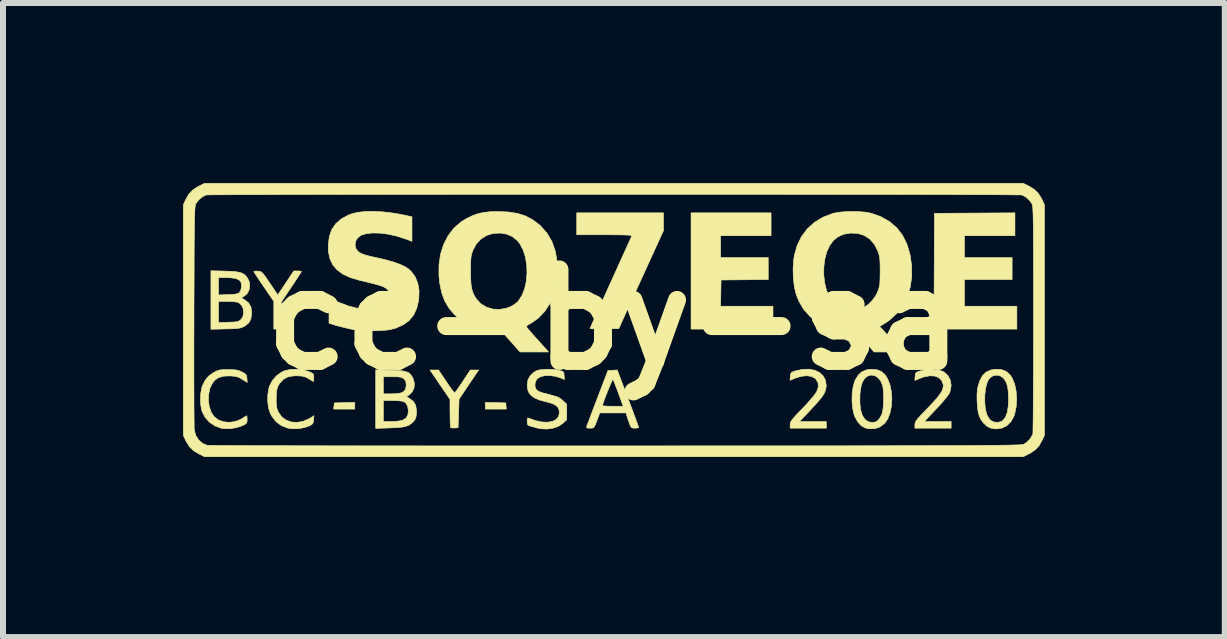
<source format=kicad_pcb>
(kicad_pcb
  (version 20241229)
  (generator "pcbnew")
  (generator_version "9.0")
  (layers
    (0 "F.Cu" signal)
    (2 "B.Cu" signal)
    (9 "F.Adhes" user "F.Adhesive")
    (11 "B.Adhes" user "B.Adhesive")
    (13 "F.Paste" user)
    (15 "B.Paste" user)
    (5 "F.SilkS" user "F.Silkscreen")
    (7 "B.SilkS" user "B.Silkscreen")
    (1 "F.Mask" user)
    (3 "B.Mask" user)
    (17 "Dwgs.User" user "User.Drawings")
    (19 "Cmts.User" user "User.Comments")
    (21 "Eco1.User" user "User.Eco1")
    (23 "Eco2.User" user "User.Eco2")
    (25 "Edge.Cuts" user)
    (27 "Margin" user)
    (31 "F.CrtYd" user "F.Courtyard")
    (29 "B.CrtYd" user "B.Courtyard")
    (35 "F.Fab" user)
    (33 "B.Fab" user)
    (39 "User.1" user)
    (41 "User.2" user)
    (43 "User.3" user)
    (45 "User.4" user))
  (footprint "cc-by-sa"
    (layer "F.Cu")
    (at 7.18 2.275)
    (property "Reference" "cc-by-sa" (at 0 0 0) (layer "F.SilkS") (effects (font (size 1.524 1.524) (thickness 0.3))))
    (attr through_hole)
    (fp_poly (pts (xy -1.802 1.389) (xy -1.797 1.441) (xy -1.792 1.492) (xy -2.143 1.492) (xy -2.143 1.38) (xy -1.802 1.389)) (stroke (width 0.01) (type solid)) (fill yes) (layer "F.SilkS"))
    (fp_poly (pts (xy -4.318 1.492) (xy -4.669 1.492) (xy -4.664 1.441) (xy -4.659 1.389) (xy -4.489 1.385) (xy -4.318 1.38) (xy -4.318 1.492)) (stroke (width 0.01) (type solid)) (fill yes) (layer "F.SilkS"))
    (fp_poly (pts (xy 6.683 -1.397) (xy 5.842 -1.397) (xy 5.842 -1.032) (xy 6.636 -1.032) (xy 6.636 -0.667) (xy 5.842 -0.667) (xy 5.842 -0.222) (xy 6.715 -0.222) (xy 6.715 0.159) (xy 5.334 0.159) (xy 5.338 -0.806) (xy 5.342 -1.77) (xy 6.683 -1.778) (xy 6.683 -1.397)) (stroke (width 0.01) (type solid)) (fill yes) (layer "F.SilkS"))
    (fp_poly (pts (xy 2.619 -1.397) (xy 1.778 -1.397) (xy 1.778 -1.032) (xy 2.572 -1.032) (xy 2.572 -0.667) (xy 2.179 -0.663) (xy 1.786 -0.659) (xy 1.782 -0.441) (xy 1.777 -0.222) (xy 2.651 -0.222) (xy 2.651 0.159) (xy 1.286 0.159) (xy 1.286 -1.778) (xy 2.619 -1.778) (xy 2.619 -1.397)) (stroke (width 0.01) (type solid)) (fill yes) (layer "F.SilkS"))
    (fp_poly (pts (xy -2.794 1.032) (xy -2.748 1.1) (xy -2.708 1.157) (xy -2.676 1.198) (xy -2.658 1.22) (xy -2.655 1.222) (xy -2.642 1.209) (xy -2.616 1.175) (xy -2.58 1.123) (xy -2.536 1.059) (xy -2.518 1.032) (xy -2.393 0.841) (xy -2.254 0.841) (xy -2.417 1.083) (xy -2.58 1.326) (xy -2.588 1.564) (xy -2.596 1.802) (xy -2.652 1.807) (xy -2.692 1.807) (xy -2.718 1.801) (xy -2.719 1.8) (xy -2.723 1.781) (xy -2.727 1.736) (xy -2.729 1.671) (xy -2.73 1.593) (xy -2.731 1.56) (xy -2.731 1.331) (xy -2.898 1.086) (xy -3.065 0.841) (xy -2.922 0.841) (xy -2.794 1.032)) (stroke (width 0.01) (type solid)) (fill yes) (layer "F.SilkS"))
    (fp_poly (pts (xy -5.231 -0.808) (xy -5.209 -0.803) (xy -5.207 -0.801) (xy -5.215 -0.786) (xy -5.239 -0.749) (xy -5.274 -0.694) (xy -5.32 -0.625) (xy -5.371 -0.547) (xy -5.374 -0.544) (xy -5.54 -0.294) (xy -5.54 0.159) (xy -5.667 0.159) (xy -5.667 -0.303) (xy -5.834 -0.547) (xy -5.887 -0.624) (xy -5.932 -0.693) (xy -5.969 -0.748) (xy -5.992 -0.785) (xy -6.001 -0.801) (xy -5.987 -0.806) (xy -5.951 -0.807) (xy -5.933 -0.807) (xy -5.907 -0.804) (xy -5.885 -0.798) (xy -5.865 -0.784) (xy -5.841 -0.759) (xy -5.81 -0.718) (xy -5.769 -0.658) (xy -5.733 -0.606) (xy -5.601 -0.41) (xy -5.467 -0.61) (xy -5.334 -0.81) (xy -5.27 -0.81) (xy -5.231 -0.808)) (stroke (width 0.01) (type solid)) (fill yes) (layer "F.SilkS"))
    (fp_poly (pts (xy 0.826 -1.481) (xy 0.453 -0.665) (xy 0.081 0.151) (xy -0.158 0.155) (xy -0.241 0.156) (xy -0.311 0.156) (xy -0.364 0.154) (xy -0.393 0.151) (xy -0.397 0.149) (xy -0.39 0.133) (xy -0.372 0.091) (xy -0.343 0.025) (xy -0.305 -0.062) (xy -0.258 -0.166) (xy -0.204 -0.286) (xy -0.144 -0.418) (xy -0.08 -0.56) (xy -0.054 -0.616) (xy 0.012 -0.762) (xy 0.074 -0.899) (xy 0.131 -1.025) (xy 0.182 -1.136) (xy 0.225 -1.231) (xy 0.259 -1.307) (xy 0.283 -1.36) (xy 0.295 -1.388) (xy 0.297 -1.392) (xy 0.294 -1.398) (xy 0.279 -1.403) (xy 0.248 -1.407) (xy 0.198 -1.409) (xy 0.127 -1.411) (xy 0.031 -1.412) (xy -0.092 -1.413) (xy -0.157 -1.413) (xy -0.619 -1.413) (xy -0.619 -1.778) (xy 0.826 -1.778) (xy 0.826 -1.481)) (stroke (width 0.01) (type solid)) (fill yes) (layer "F.SilkS"))
    (fp_poly (pts (xy 3.348 0.846) (xy 3.427 0.883) (xy 3.487 0.939) (xy 3.525 1.009) (xy 3.538 1.094) (xy 3.537 1.117) (xy 3.53 1.161) (xy 3.517 1.204) (xy 3.493 1.25) (xy 3.457 1.302) (xy 3.405 1.365) (xy 3.336 1.442) (xy 3.263 1.52) (xy 3.093 1.699) (xy 3.54 1.699) (xy 3.54 1.81) (xy 2.937 1.81) (xy 2.937 1.752) (xy 2.939 1.73) (xy 2.946 1.708) (xy 2.962 1.681) (xy 2.989 1.646) (xy 3.031 1.599) (xy 3.091 1.536) (xy 3.142 1.483) (xy 3.217 1.403) (xy 3.282 1.329) (xy 3.335 1.266) (xy 3.37 1.217) (xy 3.381 1.199) (xy 3.407 1.121) (xy 3.402 1.054) (xy 3.367 0.995) (xy 3.348 0.977) (xy 3.287 0.946) (xy 3.208 0.936) (xy 3.117 0.947) (xy 3.027 0.975) (xy 2.935 1.013) (xy 2.94 0.948) (xy 2.944 0.91) (xy 2.955 0.888) (xy 2.98 0.872) (xy 3.027 0.856) (xy 3.032 0.855) (xy 3.147 0.83) (xy 3.253 0.827) (xy 3.348 0.846)) (stroke (width 0.01) (type solid)) (fill yes) (layer "F.SilkS"))
    (fp_poly (pts (xy 5.415 0.84) (xy 5.492 0.869) (xy 5.506 0.877) (xy 5.568 0.936) (xy 5.607 1.012) (xy 5.62 1.097) (xy 5.606 1.186) (xy 5.588 1.23) (xy 5.567 1.263) (xy 5.528 1.313) (xy 5.475 1.376) (xy 5.413 1.445) (xy 5.365 1.497) (xy 5.173 1.699) (xy 5.62 1.699) (xy 5.62 1.81) (xy 5.016 1.81) (xy 5.016 1.752) (xy 5.018 1.73) (xy 5.025 1.707) (xy 5.041 1.681) (xy 5.068 1.647) (xy 5.109 1.601) (xy 5.167 1.54) (xy 5.223 1.483) (xy 5.315 1.386) (xy 5.385 1.307) (xy 5.435 1.242) (xy 5.468 1.188) (xy 5.485 1.141) (xy 5.489 1.098) (xy 5.486 1.075) (xy 5.46 1.011) (xy 5.412 0.966) (xy 5.344 0.941) (xy 5.261 0.938) (xy 5.166 0.956) (xy 5.111 0.976) (xy 5.015 1.014) (xy 5.02 0.948) (xy 5.023 0.912) (xy 5.033 0.89) (xy 5.056 0.874) (xy 5.1 0.859) (xy 5.12 0.853) (xy 5.219 0.832) (xy 5.321 0.828) (xy 5.415 0.84)) (stroke (width 0.01) (type solid)) (fill yes) (layer "F.SilkS"))
    (fp_poly (pts (xy 4.375 0.834) (xy 4.455 0.864) (xy 4.519 0.92) (xy 4.56 0.985) (xy 4.601 1.089) (xy 4.624 1.205) (xy 4.632 1.326) (xy 4.624 1.446) (xy 4.601 1.557) (xy 4.564 1.654) (xy 4.512 1.729) (xy 4.435 1.788) (xy 4.346 1.819) (xy 4.248 1.819) (xy 4.195 1.808) (xy 4.124 1.771) (xy 4.064 1.707) (xy 4.016 1.619) (xy 3.999 1.57) (xy 3.977 1.468) (xy 3.971 1.392) (xy 4.099 1.392) (xy 4.112 1.508) (xy 4.141 1.599) (xy 4.184 1.664) (xy 4.241 1.703) (xy 4.302 1.714) (xy 4.354 1.709) (xy 4.393 1.687) (xy 4.413 1.667) (xy 4.444 1.622) (xy 4.47 1.565) (xy 4.476 1.544) (xy 4.486 1.482) (xy 4.493 1.401) (xy 4.495 1.31) (xy 4.492 1.222) (xy 4.486 1.145) (xy 4.478 1.098) (xy 4.445 1.021) (xy 4.398 0.965) (xy 4.343 0.933) (xy 4.284 0.925) (xy 4.226 0.943) (xy 4.175 0.986) (xy 4.141 1.042) (xy 4.12 1.108) (xy 4.106 1.196) (xy 4.1 1.253) (xy 4.099 1.392) (xy 3.971 1.392) (xy 3.968 1.353) (xy 3.971 1.235) (xy 3.986 1.125) (xy 4.012 1.032) (xy 4.019 1.014) (xy 4.07 0.929) (xy 4.131 0.871) (xy 4.208 0.839) (xy 4.276 0.829) (xy 4.375 0.834)) (stroke (width 0.01) (type solid)) (fill yes) (layer "F.SilkS"))
    (fp_poly (pts (xy 6.458 0.834) (xy 6.538 0.865) (xy 6.603 0.924) (xy 6.639 0.979) (xy 6.679 1.078) (xy 6.703 1.195) (xy 6.712 1.323) (xy 6.704 1.45) (xy 6.68 1.569) (xy 6.666 1.611) (xy 6.617 1.701) (xy 6.549 1.768) (xy 6.466 1.809) (xy 6.371 1.823) (xy 6.275 1.808) (xy 6.217 1.778) (xy 6.16 1.725) (xy 6.112 1.659) (xy 6.088 1.606) (xy 6.07 1.538) (xy 6.058 1.449) (xy 6.053 1.369) (xy 6.18 1.369) (xy 6.188 1.47) (xy 6.207 1.558) (xy 6.216 1.586) (xy 6.242 1.635) (xy 6.274 1.675) (xy 6.283 1.683) (xy 6.339 1.709) (xy 6.404 1.713) (xy 6.465 1.694) (xy 6.482 1.683) (xy 6.524 1.63) (xy 6.555 1.549) (xy 6.572 1.441) (xy 6.577 1.326) (xy 6.573 1.211) (xy 6.561 1.121) (xy 6.54 1.052) (xy 6.509 0.997) (xy 6.5 0.986) (xy 6.445 0.942) (xy 6.383 0.926) (xy 6.32 0.936) (xy 6.265 0.974) (xy 6.24 1.006) (xy 6.212 1.073) (xy 6.192 1.161) (xy 6.181 1.263) (xy 6.18 1.369) (xy 6.053 1.369) (xy 6.052 1.35) (xy 6.051 1.252) (xy 6.058 1.167) (xy 6.064 1.13) (xy 6.098 1.018) (xy 6.144 0.933) (xy 6.205 0.875) (xy 6.283 0.84) (xy 6.359 0.828) (xy 6.458 0.834)) (stroke (width 0.01) (type solid)) (fill yes) (layer "F.SilkS"))
    (fp_poly (pts (xy -5.174 0.84) (xy -5.082 0.867) (xy -5.076 0.87) (xy -5.032 0.891) (xy -5.009 0.91) (xy -5.002 0.937) (xy -5.001 0.967) (xy -5.002 1.008) (xy -5.006 1.03) (xy -5.008 1.032) (xy -5.024 1.024) (xy -5.057 1.003) (xy -5.073 0.993) (xy -5.133 0.96) (xy -5.199 0.942) (xy -5.281 0.937) (xy -5.34 0.939) (xy -5.436 0.957) (xy -5.512 0.999) (xy -5.572 1.067) (xy -5.592 1.1) (xy -5.609 1.14) (xy -5.62 1.182) (xy -5.625 1.238) (xy -5.627 1.315) (xy -5.627 1.318) (xy -5.626 1.395) (xy -5.621 1.451) (xy -5.611 1.495) (xy -5.594 1.537) (xy -5.59 1.545) (xy -5.536 1.621) (xy -5.463 1.675) (xy -5.377 1.707) (xy -5.281 1.714) (xy -5.181 1.697) (xy -5.081 1.654) (xy -5.059 1.641) (xy -4.999 1.602) (xy -5.004 1.67) (xy -5.009 1.712) (xy -5.023 1.738) (xy -5.053 1.76) (xy -5.082 1.775) (xy -5.155 1.8) (xy -5.245 1.816) (xy -5.339 1.82) (xy -5.422 1.812) (xy -5.434 1.809) (xy -5.542 1.767) (xy -5.631 1.701) (xy -5.701 1.609) (xy -5.728 1.557) (xy -5.756 1.468) (xy -5.769 1.362) (xy -5.767 1.251) (xy -5.75 1.147) (xy -5.74 1.112) (xy -5.693 1.02) (xy -5.624 0.939) (xy -5.539 0.877) (xy -5.478 0.85) (xy -5.386 0.831) (xy -5.28 0.828) (xy -5.174 0.84)) (stroke (width 0.01) (type solid)) (fill yes) (layer "F.SilkS"))
    (fp_poly (pts (xy -6.353 0.835) (xy -6.298 0.84) (xy -6.254 0.85) (xy -6.211 0.867) (xy -6.199 0.873) (xy -6.153 0.898) (xy -6.129 0.919) (xy -6.119 0.947) (xy -6.115 0.98) (xy -6.11 1.048) (xy -6.193 0.996) (xy -6.243 0.968) (xy -6.288 0.951) (xy -6.342 0.943) (xy -6.398 0.939) (xy -6.502 0.943) (xy -6.585 0.966) (xy -6.65 1.01) (xy -6.691 1.061) (xy -6.732 1.146) (xy -6.753 1.246) (xy -6.757 1.351) (xy -6.742 1.454) (xy -6.71 1.546) (xy -6.663 1.617) (xy -6.592 1.672) (xy -6.506 1.704) (xy -6.41 1.713) (xy -6.311 1.7) (xy -6.217 1.663) (xy -6.184 1.643) (xy -6.148 1.619) (xy -6.123 1.605) (xy -6.119 1.603) (xy -6.115 1.617) (xy -6.112 1.653) (xy -6.112 1.668) (xy -6.113 1.704) (xy -6.123 1.728) (xy -6.147 1.747) (xy -6.193 1.769) (xy -6.198 1.771) (xy -6.283 1.8) (xy -6.382 1.817) (xy -6.479 1.819) (xy -6.54 1.812) (xy -6.645 1.774) (xy -6.737 1.713) (xy -6.81 1.632) (xy -6.86 1.538) (xy -6.866 1.519) (xy -6.884 1.43) (xy -6.89 1.328) (xy -6.884 1.227) (xy -6.868 1.138) (xy -6.859 1.11) (xy -6.814 1.016) (xy -6.756 0.945) (xy -6.679 0.888) (xy -6.665 0.881) (xy -6.622 0.858) (xy -6.584 0.844) (xy -6.541 0.837) (xy -6.484 0.834) (xy -6.429 0.833) (xy -6.353 0.835)) (stroke (width 0.01) (type solid)) (fill yes) (layer "F.SilkS"))
    (fp_poly (pts (xy 0.234 1.313) (xy 0.278 1.429) (xy 0.318 1.535) (xy 0.352 1.628) (xy 0.38 1.704) (xy 0.4 1.76) (xy 0.411 1.792) (xy 0.413 1.798) (xy 0.399 1.805) (xy 0.364 1.809) (xy 0.35 1.81) (xy 0.315 1.808) (xy 0.293 1.799) (xy 0.276 1.774) (xy 0.257 1.728) (xy 0.256 1.723) (xy 0.236 1.668) (xy 0.22 1.618) (xy 0.213 1.596) (xy 0.203 1.556) (xy -0.235 1.556) (xy -0.263 1.631) (xy -0.291 1.706) (xy -0.311 1.757) (xy -0.327 1.787) (xy -0.343 1.803) (xy -0.362 1.809) (xy -0.388 1.81) (xy -0.397 1.81) (xy -0.438 1.808) (xy -0.455 1.799) (xy -0.453 1.782) (xy -0.446 1.761) (xy -0.428 1.713) (xy -0.402 1.644) (xy -0.369 1.557) (xy -0.331 1.456) (xy -0.322 1.434) (xy -0.191 1.434) (xy -0.176 1.438) (xy -0.136 1.442) (xy -0.077 1.444) (xy -0.018 1.445) (xy 0.155 1.445) (xy 0.075 1.226) (xy 0.046 1.148) (xy 0.02 1.081) (xy -0.00009 1.029) (xy -0.013 1) (xy -0.015 0.996) (xy -0.023 1.006) (xy -0.04 1.041) (xy -0.063 1.092) (xy -0.089 1.156) (xy -0.116 1.224) (xy -0.143 1.292) (xy -0.165 1.353) (xy -0.182 1.401) (xy -0.19 1.431) (xy -0.191 1.434) (xy -0.322 1.434) (xy -0.288 1.345) (xy -0.272 1.302) (xy -0.099 0.849) (xy -0.022 0.845) (xy 0.056 0.841) (xy 0.234 1.313)) (stroke (width 0.01) (type solid)) (fill yes) (layer "F.SilkS"))
    (fp_poly (pts (xy -6.481 -0.807) (xy -6.373 -0.803) (xy -6.292 -0.796) (xy -6.231 -0.785) (xy -6.186 -0.768) (xy -6.15 -0.745) (xy -6.12 -0.712) (xy -6.114 -0.705) (xy -6.079 -0.64) (xy -6.068 -0.568) (xy -6.078 -0.496) (xy -6.109 -0.435) (xy -6.154 -0.394) (xy -6.209 -0.361) (xy -6.15 -0.327) (xy -6.086 -0.276) (xy -6.048 -0.208) (xy -6.036 -0.122) (xy -6.037 -0.091) (xy -6.051 -0.008) (xy -6.084 0.054) (xy -6.14 0.102) (xy -6.168 0.118) (xy -6.197 0.131) (xy -6.23 0.141) (xy -6.274 0.147) (xy -6.333 0.152) (xy -6.415 0.155) (xy -6.473 0.156) (xy -6.715 0.162) (xy -6.715 -0.302) (xy -6.588 -0.302) (xy -6.588 0.051) (xy -6.422 0.045) (xy -6.346 0.042) (xy -6.295 0.038) (xy -6.262 0.031) (xy -6.238 0.019) (xy -6.217 0.001) (xy -6.214 -0.002) (xy -6.181 -0.054) (xy -6.17 -0.117) (xy -6.178 -0.182) (xy -6.205 -0.239) (xy -6.249 -0.279) (xy -6.265 -0.286) (xy -6.298 -0.293) (xy -6.354 -0.299) (xy -6.421 -0.301) (xy -6.446 -0.302) (xy -6.588 -0.302) (xy -6.715 -0.302) (xy -6.715 -0.699) (xy -6.588 -0.699) (xy -6.588 -0.41) (xy -6.431 -0.415) (xy -6.354 -0.419) (xy -6.301 -0.425) (xy -6.267 -0.434) (xy -6.243 -0.448) (xy -6.241 -0.451) (xy -6.217 -0.49) (xy -6.206 -0.546) (xy -6.21 -0.604) (xy -6.217 -0.626) (xy -6.246 -0.661) (xy -6.301 -0.684) (xy -6.385 -0.696) (xy -6.452 -0.699) (xy -6.588 -0.699) (xy -6.715 -0.699) (xy -6.715 -0.813) (xy -6.481 -0.807)) (stroke (width 0.01) (type solid)) (fill yes) (layer "F.SilkS"))
    (fp_poly (pts (xy -3.727 0.844) (xy -3.616 0.848) (xy -3.532 0.854) (xy -3.47 0.866) (xy -3.425 0.884) (xy -3.392 0.911) (xy -3.365 0.948) (xy -3.347 0.981) (xy -3.325 1.057) (xy -3.329 1.133) (xy -3.357 1.2) (xy -3.407 1.252) (xy -3.427 1.264) (xy -3.448 1.276) (xy -3.448 1.287) (xy -3.425 1.304) (xy -3.406 1.315) (xy -3.342 1.365) (xy -3.304 1.427) (xy -3.29 1.507) (xy -3.29 1.552) (xy -3.296 1.612) (xy -3.308 1.653) (xy -3.33 1.687) (xy -3.342 1.7) (xy -3.379 1.735) (xy -3.418 1.761) (xy -3.466 1.779) (xy -3.527 1.792) (xy -3.607 1.8) (xy -3.713 1.805) (xy -3.735 1.806) (xy -3.969 1.814) (xy -3.969 1.349) (xy -3.842 1.349) (xy -3.842 1.699) (xy -3.706 1.699) (xy -3.626 1.696) (xy -3.558 1.687) (xy -3.517 1.676) (xy -3.463 1.641) (xy -3.433 1.588) (xy -3.425 1.52) (xy -3.436 1.445) (xy -3.468 1.391) (xy -3.503 1.367) (xy -3.536 1.359) (xy -3.591 1.353) (xy -3.658 1.35) (xy -3.692 1.349) (xy -3.842 1.349) (xy -3.969 1.349) (xy -3.969 0.953) (xy -3.842 0.953) (xy -3.842 1.238) (xy -3.717 1.238) (xy -3.65 1.236) (xy -3.588 1.23) (xy -3.545 1.222) (xy -3.542 1.221) (xy -3.496 1.195) (xy -3.47 1.155) (xy -3.461 1.094) (xy -3.461 1.082) (xy -3.467 1.032) (xy -3.489 0.998) (xy -3.503 0.985) (xy -3.528 0.969) (xy -3.558 0.96) (xy -3.602 0.954) (xy -3.668 0.953) (xy -3.693 0.953) (xy -3.842 0.953) (xy -3.969 0.953) (xy -3.969 0.839) (xy -3.727 0.844)) (stroke (width 0.01) (type solid)) (fill yes) (layer "F.SilkS"))
    (fp_poly (pts (xy -1.039 0.83) (xy -0.958 0.837) (xy -0.913 0.846) (xy -0.866 0.86) (xy -0.842 0.874) (xy -0.832 0.899) (xy -0.829 0.933) (xy -0.824 0.999) (xy -0.883 0.974) (xy -0.974 0.946) (xy -1.066 0.933) (xy -1.151 0.935) (xy -1.224 0.953) (xy -1.277 0.986) (xy -1.286 0.996) (xy -1.311 1.048) (xy -1.316 1.106) (xy -1.299 1.158) (xy -1.287 1.174) (xy -1.252 1.197) (xy -1.203 1.217) (xy -1.187 1.222) (xy -1.089 1.246) (xy -1.016 1.266) (xy -0.963 1.282) (xy -0.925 1.297) (xy -0.896 1.313) (xy -0.871 1.332) (xy -0.85 1.351) (xy -0.786 1.411) (xy -0.786 1.669) (xy -0.851 1.73) (xy -0.924 1.779) (xy -1.016 1.811) (xy -1.119 1.825) (xy -1.222 1.819) (xy -1.246 1.815) (xy -1.279 1.807) (xy -1.329 1.793) (xy -1.361 1.784) (xy -1.409 1.77) (xy -1.434 1.756) (xy -1.443 1.735) (xy -1.445 1.698) (xy -1.445 1.696) (xy -1.443 1.656) (xy -1.435 1.641) (xy -1.417 1.644) (xy -1.417 1.644) (xy -1.304 1.685) (xy -1.199 1.707) (xy -1.106 1.711) (xy -1.027 1.698) (xy -0.966 1.669) (xy -0.925 1.623) (xy -0.909 1.563) (xy -0.912 1.515) (xy -0.931 1.466) (xy -0.969 1.428) (xy -1.031 1.398) (xy -1.12 1.373) (xy -1.124 1.372) (xy -1.24 1.341) (xy -1.328 1.303) (xy -1.389 1.256) (xy -1.427 1.199) (xy -1.443 1.128) (xy -1.445 1.096) (xy -1.432 1.005) (xy -1.392 0.932) (xy -1.333 0.879) (xy -1.295 0.857) (xy -1.257 0.843) (xy -1.209 0.835) (xy -1.14 0.83) (xy -1.13 0.83) (xy -1.039 0.83)) (stroke (width 0.01) (type solid)) (fill yes) (layer "F.SilkS"))
    (fp_poly (pts (xy 4.088 -1.798) (xy 4.194 -1.789) (xy 4.28 -1.773) (xy 4.286 -1.772) (xy 4.451 -1.713) (xy 4.594 -1.632) (xy 4.713 -1.529) (xy 4.81 -1.404) (xy 4.883 -1.257) (xy 4.934 -1.088) (xy 4.962 -0.897) (xy 4.962 -0.897) (xy 4.963 -0.711) (xy 4.937 -0.535) (xy 4.885 -0.372) (xy 4.808 -0.224) (xy 4.707 -0.094) (xy 4.584 0.017) (xy 4.521 0.059) (xy 4.428 0.116) (xy 4.481 0.173) (xy 4.512 0.207) (xy 4.559 0.258) (xy 4.614 0.319) (xy 4.672 0.383) (xy 4.674 0.385) (xy 4.814 0.54) (xy 4.336 0.54) (xy 4.182 0.367) (xy 4.028 0.195) (xy 3.883 0.186) (xy 3.699 0.161) (xy 3.533 0.112) (xy 3.388 0.039) (xy 3.263 -0.057) (xy 3.159 -0.175) (xy 3.079 -0.314) (xy 3.038 -0.419) (xy 3.008 -0.542) (xy 2.991 -0.684) (xy 2.989 -0.738) (xy 3.498 -0.738) (xy 3.513 -0.609) (xy 3.543 -0.488) (xy 3.589 -0.382) (xy 3.651 -0.296) (xy 3.67 -0.277) (xy 3.762 -0.215) (xy 3.867 -0.177) (xy 3.981 -0.166) (xy 4.095 -0.181) (xy 4.167 -0.205) (xy 4.237 -0.25) (xy 4.305 -0.317) (xy 4.364 -0.399) (xy 4.399 -0.47) (xy 4.413 -0.51) (xy 4.424 -0.549) (xy 4.431 -0.593) (xy 4.434 -0.65) (xy 4.436 -0.726) (xy 4.437 -0.802) (xy 4.436 -0.897) (xy 4.434 -0.968) (xy 4.43 -1.021) (xy 4.423 -1.064) (xy 4.412 -1.105) (xy 4.398 -1.143) (xy 4.341 -1.254) (xy 4.265 -1.341) (xy 4.172 -1.402) (xy 4.063 -1.436) (xy 3.94 -1.441) (xy 3.939 -1.441) (xy 3.825 -1.421) (xy 3.73 -1.377) (xy 3.656 -1.315) (xy 3.593 -1.229) (xy 3.545 -1.122) (xy 3.514 -1.001) (xy 3.498 -0.871) (xy 3.498 -0.738) (xy 2.989 -0.738) (xy 2.986 -0.832) (xy 2.994 -0.977) (xy 3.006 -1.064) (xy 3.053 -1.231) (xy 3.125 -1.38) (xy 3.221 -1.509) (xy 3.341 -1.618) (xy 3.481 -1.704) (xy 3.642 -1.766) (xy 3.667 -1.773) (xy 3.751 -1.788) (xy 3.856 -1.798) (xy 3.972 -1.801) (xy 4.088 -1.798)) (stroke (width 0.01) (type solid)) (fill yes) (layer "F.SilkS"))
    (fp_poly (pts (xy -3.857 -1.795) (xy -3.697 -1.777) (xy -3.536 -1.75) (xy -3.473 -1.736) (xy -3.365 -1.712) (xy -3.365 -1.304) (xy -3.491 -1.35) (xy -3.627 -1.393) (xy -3.765 -1.423) (xy -3.898 -1.44) (xy -4.02 -1.443) (xy -4.125 -1.432) (xy -4.209 -1.407) (xy -4.211 -1.406) (xy -4.268 -1.364) (xy -4.302 -1.309) (xy -4.313 -1.247) (xy -4.3 -1.185) (xy -4.261 -1.132) (xy -4.241 -1.117) (xy -4.2 -1.096) (xy -4.139 -1.074) (xy -4.072 -1.057) (xy -4.067 -1.055) (xy -3.899 -1.018) (xy -3.76 -0.984) (xy -3.647 -0.95) (xy -3.555 -0.916) (xy -3.481 -0.881) (xy -3.423 -0.844) (xy -3.385 -0.81) (xy -3.315 -0.718) (xy -3.268 -0.607) (xy -3.247 -0.481) (xy -3.251 -0.341) (xy -3.253 -0.325) (xy -3.285 -0.189) (xy -3.338 -0.074) (xy -3.415 0.019) (xy -3.516 0.091) (xy -3.641 0.145) (xy -3.73 0.168) (xy -3.786 0.176) (xy -3.864 0.182) (xy -3.956 0.186) (xy -4.053 0.188) (xy -4.144 0.188) (xy -4.222 0.185) (xy -4.27 0.18) (xy -4.349 0.166) (xy -4.443 0.145) (xy -4.539 0.122) (xy -4.623 0.1) (xy -4.647 0.093) (xy -4.747 0.062) (xy -4.747 -0.145) (xy -4.746 -0.233) (xy -4.744 -0.293) (xy -4.739 -0.329) (xy -4.732 -0.344) (xy -4.727 -0.345) (xy -4.704 -0.336) (xy -4.66 -0.317) (xy -4.601 -0.293) (xy -4.569 -0.28) (xy -4.42 -0.225) (xy -4.284 -0.19) (xy -4.15 -0.173) (xy -4.072 -0.171) (xy -3.951 -0.177) (xy -3.858 -0.199) (xy -3.791 -0.236) (xy -3.749 -0.289) (xy -3.731 -0.359) (xy -3.731 -0.38) (xy -3.738 -0.443) (xy -3.76 -0.486) (xy -3.763 -0.489) (xy -3.784 -0.51) (xy -3.808 -0.528) (xy -3.837 -0.544) (xy -3.877 -0.56) (xy -3.931 -0.577) (xy -4.004 -0.597) (xy -4.099 -0.621) (xy -4.22 -0.65) (xy -4.231 -0.652) (xy -4.387 -0.698) (xy -4.514 -0.756) (xy -4.613 -0.828) (xy -4.686 -0.915) (xy -4.734 -1.018) (xy -4.758 -1.138) (xy -4.759 -1.251) (xy -4.741 -1.387) (xy -4.7 -1.502) (xy -4.634 -1.598) (xy -4.543 -1.677) (xy -4.424 -1.741) (xy -4.363 -1.764) (xy -4.267 -1.787) (xy -4.147 -1.8) (xy -4.009 -1.803) (xy -3.857 -1.795)) (stroke (width 0.01) (type solid)) (fill yes) (layer "F.SilkS"))
    (fp_poly (pts (xy -1.755 -1.792) (xy -1.604 -1.768) (xy -1.471 -1.725) (xy -1.352 -1.662) (xy -1.24 -1.577) (xy -1.217 -1.556) (xy -1.112 -1.436) (xy -1.031 -1.297) (xy -0.976 -1.138) (xy -0.945 -0.96) (xy -0.94 -0.763) (xy -0.94 -0.747) (xy -0.946 -0.652) (xy -0.955 -0.576) (xy -0.97 -0.508) (xy -0.992 -0.435) (xy -0.995 -0.428) (xy -1.062 -0.274) (xy -1.15 -0.139) (xy -1.256 -0.027) (xy -1.377 0.059) (xy -1.392 0.067) (xy -1.432 0.09) (xy -1.456 0.109) (xy -1.46 0.115) (xy -1.45 0.131) (xy -1.423 0.165) (xy -1.381 0.214) (xy -1.329 0.273) (xy -1.307 0.298) (xy -1.249 0.362) (xy -1.196 0.42) (xy -1.154 0.468) (xy -1.126 0.499) (xy -1.121 0.504) (xy -1.09 0.54) (xy -1.327 0.54) (xy -1.564 0.54) (xy -1.717 0.368) (xy -1.871 0.195) (xy -2.019 0.185) (xy -2.191 0.164) (xy -2.341 0.123) (xy -2.473 0.061) (xy -2.592 -0.023) (xy -2.652 -0.078) (xy -2.747 -0.188) (xy -2.819 -0.31) (xy -2.87 -0.447) (xy -2.902 -0.604) (xy -2.915 -0.73) (xy -2.915 -0.81) (xy -2.389 -0.81) (xy -2.387 -0.688) (xy -2.381 -0.592) (xy -2.369 -0.514) (xy -2.35 -0.45) (xy -2.323 -0.393) (xy -2.286 -0.336) (xy -2.212 -0.259) (xy -2.119 -0.205) (xy -2.015 -0.174) (xy -1.903 -0.169) (xy -1.79 -0.189) (xy -1.719 -0.216) (xy -1.664 -0.248) (xy -1.614 -0.286) (xy -1.594 -0.306) (xy -1.532 -0.401) (xy -1.487 -0.515) (xy -1.459 -0.642) (xy -1.448 -0.777) (xy -1.453 -0.913) (xy -1.475 -1.043) (xy -1.513 -1.162) (xy -1.567 -1.264) (xy -1.608 -1.315) (xy -1.691 -1.383) (xy -1.789 -1.424) (xy -1.891 -1.441) (xy -2.013 -1.435) (xy -2.123 -1.401) (xy -2.218 -1.34) (xy -2.296 -1.254) (xy -2.351 -1.15) (xy -2.365 -1.11) (xy -2.376 -1.072) (xy -2.382 -1.029) (xy -2.386 -0.974) (xy -2.388 -0.9) (xy -2.389 -0.81) (xy -2.915 -0.81) (xy -2.914 -0.917) (xy -2.888 -1.091) (xy -2.837 -1.252) (xy -2.763 -1.396) (xy -2.668 -1.521) (xy -2.551 -1.624) (xy -2.453 -1.685) (xy -2.354 -1.732) (xy -2.261 -1.765) (xy -2.163 -1.786) (xy -2.051 -1.797) (xy -1.929 -1.8) (xy -1.755 -1.792)) (stroke (width 0.01) (type solid)) (fill yes) (layer "F.SilkS"))
    (fp_poly (pts (xy 6.918 -2.222) (xy 7.005 -2.169) (xy 7.071 -2.105) (xy 7.124 -2.021) (xy 7.138 -1.992) (xy 7.175 -1.913) (xy 7.175 1.929) (xy 7.138 2.008) (xy 7.087 2.1) (xy 7.025 2.168) (xy 6.946 2.223) (xy 6.918 2.237) (xy 6.821 2.286) (xy -6.821 2.286) (xy -6.918 2.237) (xy -7.005 2.185) (xy -7.071 2.121) (xy -7.124 2.037) (xy -7.138 2.008) (xy -7.175 1.929) (xy -7.175 0.838) (xy -6.999 0.838) (xy -6.999 1.034) (xy -6.998 1.213) (xy -6.998 1.374) (xy -6.997 1.515) (xy -6.996 1.633) (xy -6.995 1.726) (xy -6.994 1.793) (xy -6.993 1.831) (xy -6.993 1.837) (xy -6.968 1.93) (xy -6.919 2.008) (xy -6.852 2.065) (xy -6.777 2.096) (xy -6.757 2.096) (xy -6.707 2.097) (xy -6.627 2.098) (xy -6.519 2.099) (xy -6.383 2.1) (xy -6.22 2.1) (xy -6.032 2.101) (xy -5.82 2.102) (xy -5.584 2.102) (xy -5.326 2.103) (xy -5.046 2.103) (xy -4.746 2.104) (xy -4.427 2.104) (xy -4.09 2.105) (xy -3.735 2.105) (xy -3.364 2.105) (xy -2.979 2.106) (xy -2.579 2.106) (xy -2.166 2.106) (xy -1.741 2.106) (xy -1.305 2.106) (xy -0.86 2.106) (xy -0.405 2.106) (xy 0.032 2.106) (xy 0.585 2.106) (xy 1.106 2.105) (xy 1.598 2.105) (xy 2.061 2.105) (xy 2.496 2.105) (xy 2.903 2.105) (xy 3.284 2.104) (xy 3.64 2.104) (xy 3.971 2.104) (xy 4.278 2.103) (xy 4.562 2.103) (xy 4.824 2.102) (xy 5.065 2.102) (xy 5.286 2.101) (xy 5.488 2.101) (xy 5.671 2.1) (xy 5.837 2.1) (xy 5.986 2.099) (xy 6.12 2.098) (xy 6.238 2.097) (xy 6.343 2.096) (xy 6.434 2.095) (xy 6.514 2.094) (xy 6.582 2.093) (xy 6.64 2.091) (xy 6.688 2.09) (xy 6.727 2.089) (xy 6.759 2.087) (xy 6.784 2.085) (xy 6.803 2.083) (xy 6.817 2.082) (xy 6.827 2.08) (xy 6.834 2.077) (xy 6.836 2.076) (xy 6.893 2.034) (xy 6.943 1.979) (xy 6.976 1.922) (xy 6.981 1.908) (xy 6.983 1.887) (xy 6.984 1.836) (xy 6.985 1.757) (xy 6.987 1.653) (xy 6.988 1.525) (xy 6.989 1.375) (xy 6.99 1.206) (xy 6.991 1.019) (xy 6.992 0.817) (xy 6.992 0.601) (xy 6.993 0.373) (xy 6.993 0.136) (xy 6.993 -0.008) (xy 6.993 -0.292) (xy 6.993 -0.547) (xy 6.993 -0.773) (xy 6.992 -0.972) (xy 6.992 -1.146) (xy 6.991 -1.298) (xy 6.991 -1.428) (xy 6.99 -1.538) (xy 6.988 -1.63) (xy 6.987 -1.706) (xy 6.985 -1.768) (xy 6.983 -1.816) (xy 6.981 -1.854) (xy 6.978 -1.882) (xy 6.975 -1.903) (xy 6.971 -1.917) (xy 6.967 -1.928) (xy 6.966 -1.931) (xy 6.924 -1.988) (xy 6.869 -2.038) (xy 6.811 -2.071) (xy 6.797 -2.076) (xy 6.778 -2.077) (xy 6.729 -2.077) (xy 6.65 -2.078) (xy 6.543 -2.079) (xy 6.41 -2.08) (xy 6.251 -2.081) (xy 6.068 -2.081) (xy 5.862 -2.082) (xy 5.635 -2.083) (xy 5.387 -2.083) (xy 5.12 -2.084) (xy 4.835 -2.084) (xy 4.533 -2.085) (xy 4.216 -2.085) (xy 3.885 -2.085) (xy 3.541 -2.086) (xy 3.185 -2.086) (xy 2.82 -2.086) (xy 2.445 -2.087) (xy 2.062 -2.087) (xy 1.673 -2.087) (xy 1.278 -2.087) (xy 0.88 -2.087) (xy 0.478 -2.087) (xy 0.075 -2.087) (xy -0.328 -2.087) (xy -0.73 -2.087) (xy -1.129 -2.087) (xy -1.525 -2.087) (xy -1.917 -2.087) (xy -2.302 -2.087) (xy -2.68 -2.086) (xy -3.05 -2.086) (xy -3.409 -2.086) (xy -3.758 -2.086) (xy -4.094 -2.085) (xy -4.416 -2.085) (xy -4.724 -2.084) (xy -5.015 -2.084) (xy -5.289 -2.083) (xy -5.544 -2.083) (xy -5.78 -2.082) (xy -5.994 -2.081) (xy -6.186 -2.081) (xy -6.354 -2.08) (xy -6.497 -2.079) (xy -6.613 -2.079) (xy -6.703 -2.078) (xy -6.763 -2.077) (xy -6.794 -2.076) (xy -6.797 -2.076) (xy -6.853 -2.048) (xy -6.911 -2.002) (xy -6.957 -1.946) (xy -6.966 -1.931) (xy -6.97 -1.922) (xy -6.974 -1.909) (xy -6.977 -1.89) (xy -6.98 -1.864) (xy -6.983 -1.83) (xy -6.985 -1.785) (xy -6.987 -1.727) (xy -6.989 -1.655) (xy -6.99 -1.567) (xy -6.992 -1.462) (xy -6.993 -1.337) (xy -6.994 -1.191) (xy -6.995 -1.022) (xy -6.995 -0.829) (xy -6.996 -0.609) (xy -6.997 -0.361) (xy -6.998 -0.083) (xy -6.998 -0.064) (xy -6.998 0.176) (xy -6.999 0.407) (xy -6.999 0.629) (xy -6.999 0.838) (xy -7.175 0.838) (xy -7.175 -1.913) (xy -7.138 -1.992) (xy -7.087 -2.084) (xy -7.025 -2.152) (xy -6.946 -2.207) (xy -6.918 -2.222) (xy -6.821 -2.27) (xy 6.821 -2.27) (xy 6.918 -2.222)) (stroke (width 0.01) (type solid)) (fill yes) (layer "F.SilkS")))
  (gr_rect
    (start -3 -3)
    (end 17.36 7.566)
    (stroke (width 0.1) (type default))
    (fill no)
    (layer "Edge.Cuts")))
</source>
